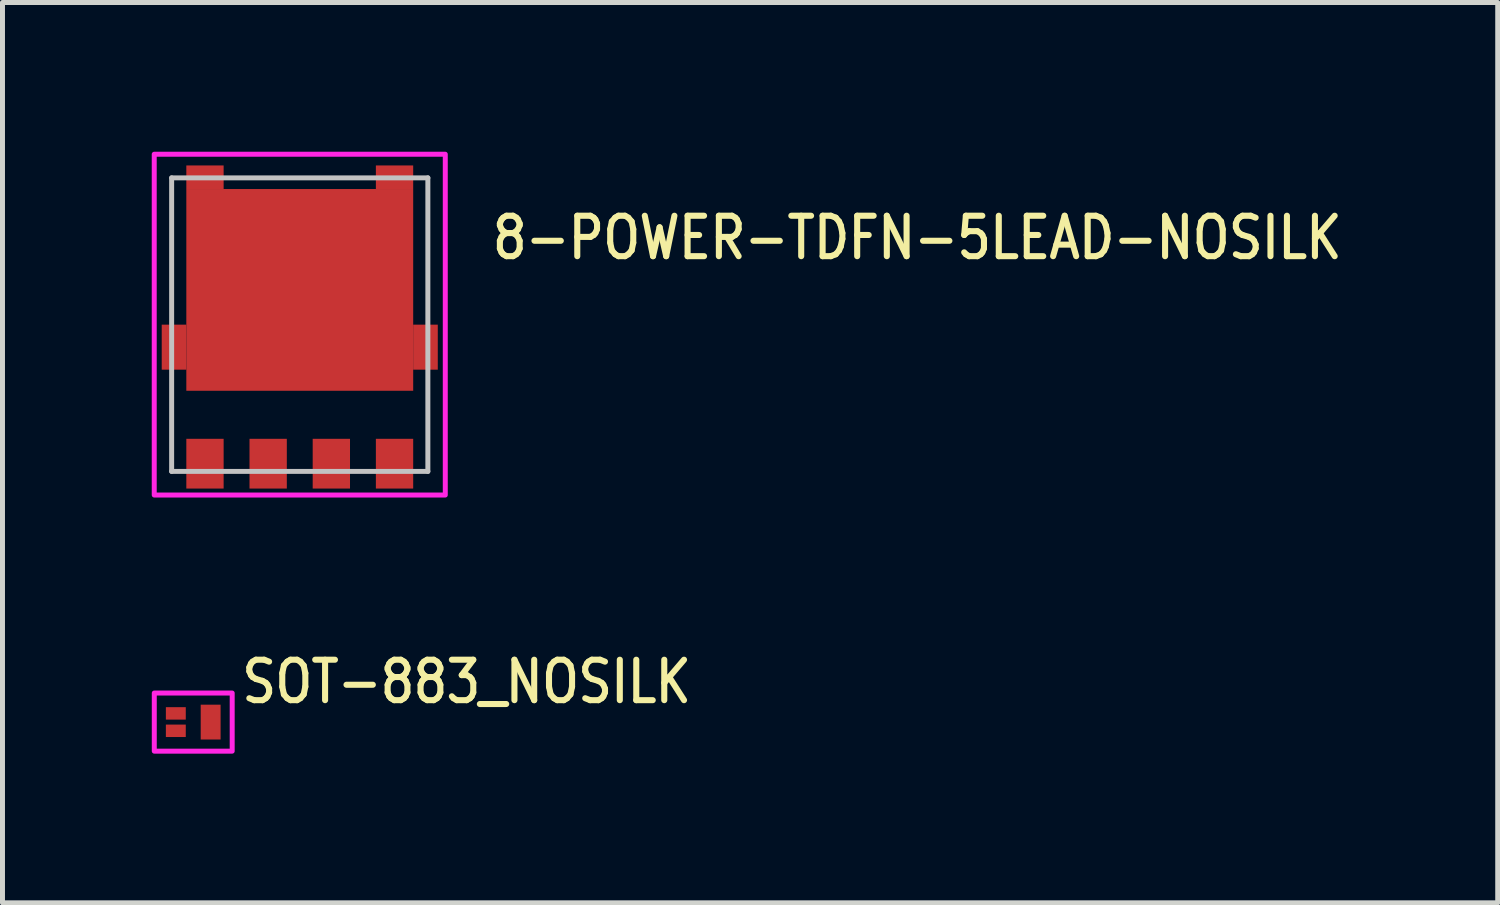
<source format=kicad_pcb>
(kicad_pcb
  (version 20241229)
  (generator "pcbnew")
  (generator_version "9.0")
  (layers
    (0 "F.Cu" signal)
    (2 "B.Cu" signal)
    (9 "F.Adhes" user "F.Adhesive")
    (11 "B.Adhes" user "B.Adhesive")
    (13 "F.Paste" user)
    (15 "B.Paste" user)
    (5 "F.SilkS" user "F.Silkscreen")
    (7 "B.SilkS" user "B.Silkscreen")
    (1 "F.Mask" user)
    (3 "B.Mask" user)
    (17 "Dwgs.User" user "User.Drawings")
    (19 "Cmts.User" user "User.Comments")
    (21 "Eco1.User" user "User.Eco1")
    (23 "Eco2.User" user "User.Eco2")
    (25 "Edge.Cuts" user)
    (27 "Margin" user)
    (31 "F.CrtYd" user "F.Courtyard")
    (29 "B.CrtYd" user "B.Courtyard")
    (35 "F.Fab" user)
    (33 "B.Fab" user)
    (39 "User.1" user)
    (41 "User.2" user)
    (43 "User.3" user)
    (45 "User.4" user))
  (footprint "SOT-883_NOSILK"
    (layer "F.Cu")
    (at 0.834 11.464)
    (property "Reference" "SOT-883_NOSILK" (at 0.915 -0.335 0) (unlocked yes) (layer "F.SilkS") (effects (font (size 0.813 0.695) (thickness 0.122)) (justify left bottom)))
    (fp_poly (pts (xy 0.783 -0.584) (xy 0.783 0.584) (xy -0.783 0.584) (xy -0.783 -0.584)) (stroke (width 0.1) (type solid)) (fill no) (layer "F.CrtYd"))
    (pad "P$1" smd rect (at -0.35 -0.175) (size 0.4 0.25) (layers "F.Cu" "F.Mask" "F.Paste"))
    (pad "P$2" smd rect (at -0.35 0.175) (size 0.4 0.25) (layers "F.Cu" "F.Mask" "F.Paste"))
    (pad "P$3" smd rect (at 0.35 0) (size 0.4 0.7) (layers "F.Cu" "F.Mask" "F.Paste")))
  (footprint "8-POWER-TDFN-5LEAD-NOSILK"
    (layer "F.Cu")
    (at 2.975 3.475)
    (property "Reference" "8-POWER-TDFN-5LEAD-NOSILK" (at 3.81 -1.27 0) (unlocked yes) (layer "F.SilkS") (effects (font (size 0.813 0.695) (thickness 0.122)) (justify left bottom)))
    (fp_rect (start -1.47 -0.4) (end -0.2 -1.67) (stroke (width 0.01) (type solid)) (fill yes) (layer "F.Paste"))
    (fp_rect (start -1.47 1.27) (end -0.2 0) (stroke (width 0.01) (type solid)) (fill yes) (layer "F.Paste"))
    (fp_rect (start 0.2 -0.4) (end 1.47 -1.67) (stroke (width 0.01) (type solid)) (fill yes) (layer "F.Paste"))
    (fp_rect (start 0.2 1.27) (end 1.47 0) (stroke (width 0.01) (type solid)) (fill yes) (layer "F.Paste"))
    (fp_line (start -2.575 -2.95) (end 2.575 -2.95) (stroke (width 0.1) (type solid)) (layer "Dwgs.User"))
    (fp_line (start -2.575 2.95) (end -2.575 -2.95) (stroke (width 0.1) (type solid)) (layer "Dwgs.User"))
    (fp_line (start 2.575 -2.95) (end 2.575 2.95) (stroke (width 0.1) (type solid)) (layer "Dwgs.User"))
    (fp_line (start 2.575 2.95) (end -2.575 2.95) (stroke (width 0.1) (type solid)) (layer "Dwgs.User"))
    (fp_poly (pts (xy -2.925 -3.425) (xy 2.925 -3.425) (xy 2.925 3.425) (xy -2.925 3.425)) (stroke (width 0.1) (type solid)) (fill no) (layer "F.CrtYd"))
    (pad "P$1" smd rect (at -1.905 2.795) (size 0.75 1) (layers "F.Cu" "F.Mask" "F.Paste"))
    (pad "P$2" smd rect (at -0.635 2.795) (size 0.75 1) (layers "F.Cu" "F.Mask" "F.Paste"))
    (pad "P$3" smd rect (at 0.635 2.795) (size 0.75 1) (layers "F.Cu" "F.Mask" "F.Paste"))
    (pad "P$4" smd rect (at 1.905 2.795) (size 0.75 1) (layers "F.Cu" "F.Mask" "F.Paste"))
    (pad "P$5" smd rect (at 1.905 -2.962) (size 0.75 0.475) (layers "F.Cu" "F.Mask" "F.Paste"))
    (pad "P$8" smd rect (at -1.905 -2.962) (size 0.75 0.475) (layers "F.Cu" "F.Mask" "F.Paste"))
    (pad "TAB" smd rect (at 0 -0.698) (size 4.56 4.055) (layers "F.Cu" "F.Mask"))
    (pad "TAB$1" smd rect (at 2.527 0.453) (size 0.495 0.905) (layers "F.Cu" "F.Mask" "F.Paste"))
    (pad "TAB$2" smd rect (at -2.527 0.453) (size 0.495 0.905) (layers "F.Cu" "F.Mask" "F.Paste")))
  (gr_rect
    (start -3 -3)
    (end 27.054 15.097)
    (stroke (width 0.1) (type default))
    (fill no)
    (layer "Edge.Cuts")))
</source>
